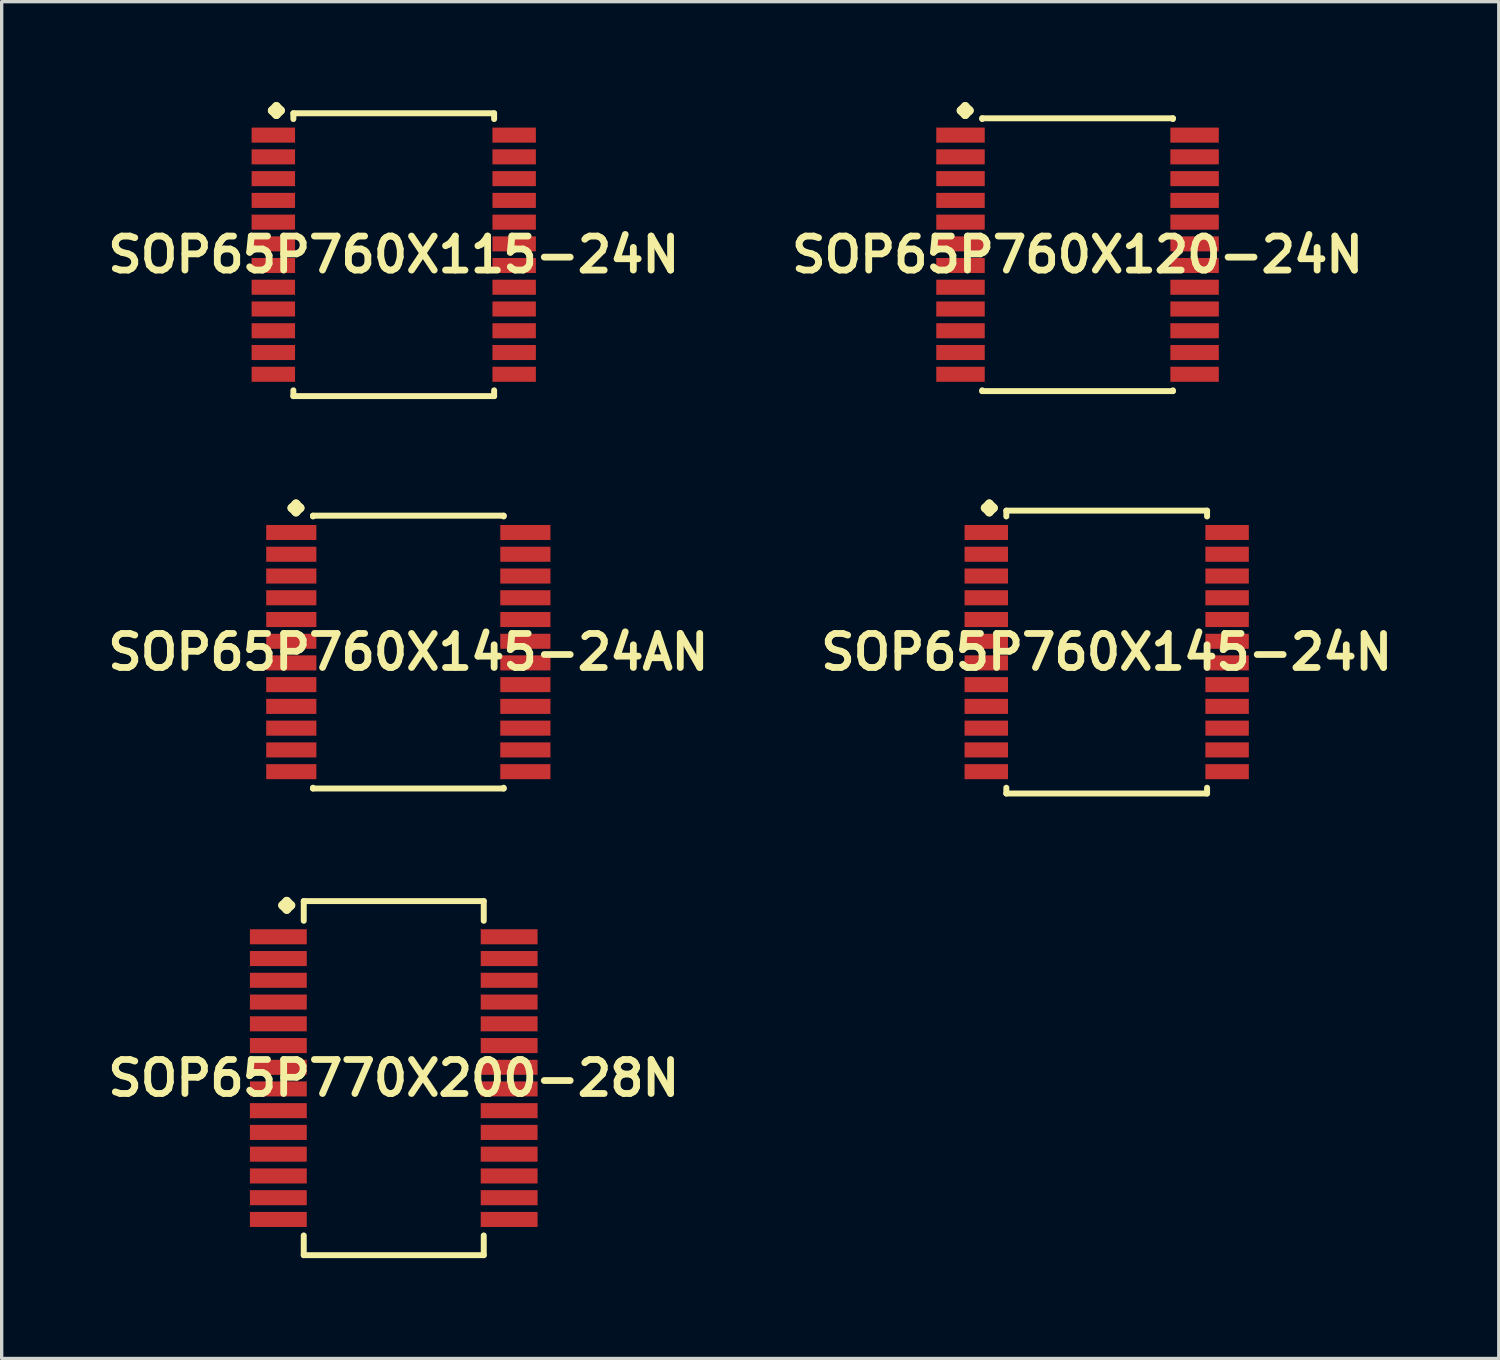
<source format=kicad_pcb>
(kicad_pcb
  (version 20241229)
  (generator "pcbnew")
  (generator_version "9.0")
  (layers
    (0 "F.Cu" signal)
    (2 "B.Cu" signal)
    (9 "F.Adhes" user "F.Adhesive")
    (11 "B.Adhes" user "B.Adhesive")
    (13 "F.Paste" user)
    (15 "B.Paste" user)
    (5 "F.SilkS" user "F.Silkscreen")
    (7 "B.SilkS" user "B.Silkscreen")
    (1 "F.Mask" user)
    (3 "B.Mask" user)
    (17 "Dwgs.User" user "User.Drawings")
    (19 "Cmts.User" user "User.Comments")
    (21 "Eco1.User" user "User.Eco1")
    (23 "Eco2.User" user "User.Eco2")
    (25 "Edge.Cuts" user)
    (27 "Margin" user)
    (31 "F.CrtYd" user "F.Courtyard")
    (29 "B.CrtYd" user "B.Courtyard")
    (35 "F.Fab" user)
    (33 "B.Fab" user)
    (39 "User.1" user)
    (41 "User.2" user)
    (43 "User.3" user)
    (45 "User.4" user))
  (footprint "SOP65P760X120-24N"
    (layer "F.Cu")
    (at 29.155 4.562)
    (property "Reference" "SOP65P760X120-24N" (at 0 0 0) (layer "F.SilkS") (effects (font (size 1.016 1.016) (thickness 0.203))))
    (attr smd)
    (fp_line (start -3.485 -4.308) (end -3.358 -4.435) (stroke (width 0.254) (type solid)) (layer "F.SilkS"))
    (fp_line (start -3.358 -4.435) (end -3.231 -4.308) (stroke (width 0.254) (type solid)) (layer "F.SilkS"))
    (fp_line (start -3.358 -4.181) (end -3.485 -4.308) (stroke (width 0.254) (type solid)) (layer "F.SilkS"))
    (fp_line (start -3.231 -4.308) (end -3.358 -4.181) (stroke (width 0.254) (type solid)) (layer "F.SilkS"))
    (fp_line (start -2.85 -4.077) (end 2.85 -4.077) (stroke (width 0.178) (type solid)) (layer "F.SilkS"))
    (fp_line (start -2.85 -4.054) (end -2.85 -4.077) (stroke (width 0.178) (type solid)) (layer "F.SilkS"))
    (fp_line (start -2.85 4.054) (end -2.85 4.077) (stroke (width 0.178) (type solid)) (layer "F.SilkS"))
    (fp_line (start -2.85 4.077) (end 2.85 4.077) (stroke (width 0.178) (type solid)) (layer "F.SilkS"))
    (fp_line (start 2.85 -4.077) (end 2.85 -4.054) (stroke (width 0.178) (type solid)) (layer "F.SilkS"))
    (fp_line (start 2.85 4.077) (end 2.85 4.054) (stroke (width 0.178) (type solid)) (layer "F.SilkS"))
    (pad "1" smd rect (at -3.498 -3.574) (size 1.448 0.45) (layers "F.Cu" "F.Mask" "F.Paste"))
    (pad "2" smd rect (at -3.498 -2.924) (size 1.448 0.45) (layers "F.Cu" "F.Mask" "F.Paste"))
    (pad "3" smd rect (at -3.498 -2.273) (size 1.448 0.45) (layers "F.Cu" "F.Mask" "F.Paste"))
    (pad "4" smd rect (at -3.498 -1.623) (size 1.448 0.45) (layers "F.Cu" "F.Mask" "F.Paste"))
    (pad "5" smd rect (at -3.498 -0.973) (size 1.448 0.45) (layers "F.Cu" "F.Mask" "F.Paste"))
    (pad "6" smd rect (at -3.498 -0.323) (size 1.448 0.45) (layers "F.Cu" "F.Mask" "F.Paste"))
    (pad "7" smd rect (at -3.498 0.323) (size 1.448 0.45) (layers "F.Cu" "F.Mask" "F.Paste"))
    (pad "8" smd rect (at -3.498 0.973) (size 1.448 0.45) (layers "F.Cu" "F.Mask" "F.Paste"))
    (pad "9" smd rect (at -3.498 1.623) (size 1.448 0.45) (layers "F.Cu" "F.Mask" "F.Paste"))
    (pad "10" smd rect (at -3.498 2.273) (size 1.448 0.45) (layers "F.Cu" "F.Mask" "F.Paste"))
    (pad "11" smd rect (at -3.498 2.924) (size 1.448 0.45) (layers "F.Cu" "F.Mask" "F.Paste"))
    (pad "12" smd rect (at -3.498 3.574) (size 1.448 0.45) (layers "F.Cu" "F.Mask" "F.Paste"))
    (pad "13" smd rect (at 3.498 3.574) (size 1.448 0.45) (layers "F.Cu" "F.Mask" "F.Paste"))
    (pad "14" smd rect (at 3.498 2.924) (size 1.448 0.45) (layers "F.Cu" "F.Mask" "F.Paste"))
    (pad "15" smd rect (at 3.498 2.273) (size 1.448 0.45) (layers "F.Cu" "F.Mask" "F.Paste"))
    (pad "16" smd rect (at 3.498 1.623) (size 1.448 0.45) (layers "F.Cu" "F.Mask" "F.Paste"))
    (pad "17" smd rect (at 3.498 0.973) (size 1.448 0.45) (layers "F.Cu" "F.Mask" "F.Paste"))
    (pad "18" smd rect (at 3.498 0.323) (size 1.448 0.45) (layers "F.Cu" "F.Mask" "F.Paste"))
    (pad "19" smd rect (at 3.498 -0.323) (size 1.448 0.45) (layers "F.Cu" "F.Mask" "F.Paste"))
    (pad "20" smd rect (at 3.498 -0.973) (size 1.448 0.45) (layers "F.Cu" "F.Mask" "F.Paste"))
    (pad "21" smd rect (at 3.498 -1.623) (size 1.448 0.45) (layers "F.Cu" "F.Mask" "F.Paste"))
    (pad "22" smd rect (at 3.498 -2.273) (size 1.448 0.45) (layers "F.Cu" "F.Mask" "F.Paste"))
    (pad "23" smd rect (at 3.498 -2.924) (size 1.448 0.45) (layers "F.Cu" "F.Mask" "F.Paste"))
    (pad "24" smd rect (at 3.498 -3.574) (size 1.448 0.45) (layers "F.Cu" "F.Mask" "F.Paste")))
  (footprint "SOP65P770X200-28N"
    (layer "F.Cu")
    (at 8.718 29.172)
    (property "Reference" "SOP65P770X200-28N" (at 0 0 0) (layer "F.SilkS") (effects (font (size 1.016 1.016) (thickness 0.203))))
    (attr smd)
    (fp_line (start -3.325 -5.164) (end -3.198 -5.291) (stroke (width 0.254) (type solid)) (layer "F.SilkS"))
    (fp_line (start -3.198 -5.291) (end -3.071 -5.164) (stroke (width 0.254) (type solid)) (layer "F.SilkS"))
    (fp_line (start -3.198 -5.037) (end -3.325 -5.164) (stroke (width 0.254) (type solid)) (layer "F.SilkS"))
    (fp_line (start -3.071 -5.164) (end -3.198 -5.037) (stroke (width 0.254) (type solid)) (layer "F.SilkS"))
    (fp_line (start -2.69 -5.291) (end 2.69 -5.291) (stroke (width 0.178) (type solid)) (layer "F.SilkS"))
    (fp_line (start -2.69 -4.702) (end -2.69 -5.291) (stroke (width 0.178) (type solid)) (layer "F.SilkS"))
    (fp_line (start -2.69 4.702) (end -2.69 5.291) (stroke (width 0.178) (type solid)) (layer "F.SilkS"))
    (fp_line (start -2.69 5.291) (end 2.69 5.291) (stroke (width 0.178) (type solid)) (layer "F.SilkS"))
    (fp_line (start 2.69 -5.291) (end 2.69 -4.702) (stroke (width 0.178) (type solid)) (layer "F.SilkS"))
    (fp_line (start 2.69 5.291) (end 2.69 4.702) (stroke (width 0.178) (type solid)) (layer "F.SilkS"))
    (pad "1" smd rect (at -3.449 -4.224) (size 1.699 0.45) (layers "F.Cu" "F.Mask" "F.Paste"))
    (pad "2" smd rect (at -3.449 -3.574) (size 1.699 0.45) (layers "F.Cu" "F.Mask" "F.Paste"))
    (pad "3" smd rect (at -3.449 -2.924) (size 1.699 0.45) (layers "F.Cu" "F.Mask" "F.Paste"))
    (pad "4" smd rect (at -3.449 -2.273) (size 1.699 0.45) (layers "F.Cu" "F.Mask" "F.Paste"))
    (pad "5" smd rect (at -3.449 -1.623) (size 1.699 0.45) (layers "F.Cu" "F.Mask" "F.Paste"))
    (pad "6" smd rect (at -3.449 -0.973) (size 1.699 0.45) (layers "F.Cu" "F.Mask" "F.Paste"))
    (pad "7" smd rect (at -3.449 -0.323) (size 1.699 0.45) (layers "F.Cu" "F.Mask" "F.Paste"))
    (pad "8" smd rect (at -3.449 0.323) (size 1.699 0.45) (layers "F.Cu" "F.Mask" "F.Paste"))
    (pad "9" smd rect (at -3.449 0.973) (size 1.699 0.45) (layers "F.Cu" "F.Mask" "F.Paste"))
    (pad "10" smd rect (at -3.449 1.623) (size 1.699 0.45) (layers "F.Cu" "F.Mask" "F.Paste"))
    (pad "11" smd rect (at -3.449 2.273) (size 1.699 0.45) (layers "F.Cu" "F.Mask" "F.Paste"))
    (pad "12" smd rect (at -3.449 2.924) (size 1.699 0.45) (layers "F.Cu" "F.Mask" "F.Paste"))
    (pad "13" smd rect (at -3.449 3.574) (size 1.699 0.45) (layers "F.Cu" "F.Mask" "F.Paste"))
    (pad "14" smd rect (at -3.449 4.224) (size 1.699 0.45) (layers "F.Cu" "F.Mask" "F.Paste"))
    (pad "15" smd rect (at 3.449 4.224) (size 1.699 0.45) (layers "F.Cu" "F.Mask" "F.Paste"))
    (pad "16" smd rect (at 3.449 3.574) (size 1.699 0.45) (layers "F.Cu" "F.Mask" "F.Paste"))
    (pad "17" smd rect (at 3.449 2.924) (size 1.699 0.45) (layers "F.Cu" "F.Mask" "F.Paste"))
    (pad "18" smd rect (at 3.449 2.273) (size 1.699 0.45) (layers "F.Cu" "F.Mask" "F.Paste"))
    (pad "19" smd rect (at 3.449 1.623) (size 1.699 0.45) (layers "F.Cu" "F.Mask" "F.Paste"))
    (pad "20" smd rect (at 3.449 0.973) (size 1.699 0.45) (layers "F.Cu" "F.Mask" "F.Paste"))
    (pad "21" smd rect (at 3.449 0.323) (size 1.699 0.45) (layers "F.Cu" "F.Mask" "F.Paste"))
    (pad "22" smd rect (at 3.449 -0.323) (size 1.699 0.45) (layers "F.Cu" "F.Mask" "F.Paste"))
    (pad "23" smd rect (at 3.449 -0.973) (size 1.699 0.45) (layers "F.Cu" "F.Mask" "F.Paste"))
    (pad "24" smd rect (at 3.449 -1.623) (size 1.699 0.45) (layers "F.Cu" "F.Mask" "F.Paste"))
    (pad "25" smd rect (at 3.449 -2.273) (size 1.699 0.45) (layers "F.Cu" "F.Mask" "F.Paste"))
    (pad "26" smd rect (at 3.449 -2.924) (size 1.699 0.45) (layers "F.Cu" "F.Mask" "F.Paste"))
    (pad "27" smd rect (at 3.449 -3.574) (size 1.699 0.45) (layers "F.Cu" "F.Mask" "F.Paste"))
    (pad "28" smd rect (at 3.449 -4.224) (size 1.699 0.45) (layers "F.Cu" "F.Mask" "F.Paste")))
  (footprint "SOP65P760X145-24AN"
    (layer "F.Cu")
    (at 9.154 16.439)
    (property "Reference" "SOP65P760X145-24AN" (at 0 0 0) (layer "F.SilkS") (effects (font (size 1.016 1.016) (thickness 0.203))))
    (attr smd)
    (fp_line (start -3.485 -4.308) (end -3.358 -4.435) (stroke (width 0.254) (type solid)) (layer "F.SilkS"))
    (fp_line (start -3.358 -4.435) (end -3.231 -4.308) (stroke (width 0.254) (type solid)) (layer "F.SilkS"))
    (fp_line (start -3.358 -4.181) (end -3.485 -4.308) (stroke (width 0.254) (type solid)) (layer "F.SilkS"))
    (fp_line (start -3.231 -4.308) (end -3.358 -4.181) (stroke (width 0.254) (type solid)) (layer "F.SilkS"))
    (fp_line (start -2.85 -4.077) (end 2.85 -4.077) (stroke (width 0.178) (type solid)) (layer "F.SilkS"))
    (fp_line (start -2.85 -4.054) (end -2.85 -4.077) (stroke (width 0.178) (type solid)) (layer "F.SilkS"))
    (fp_line (start -2.85 4.054) (end -2.85 4.077) (stroke (width 0.178) (type solid)) (layer "F.SilkS"))
    (fp_line (start -2.85 4.077) (end 2.85 4.077) (stroke (width 0.178) (type solid)) (layer "F.SilkS"))
    (fp_line (start 2.85 -4.077) (end 2.85 -4.054) (stroke (width 0.178) (type solid)) (layer "F.SilkS"))
    (fp_line (start 2.85 4.077) (end 2.85 4.054) (stroke (width 0.178) (type solid)) (layer "F.SilkS"))
    (pad "1" smd rect (at -3.498 -3.574) (size 1.499 0.45) (layers "F.Cu" "F.Mask" "F.Paste"))
    (pad "2" smd rect (at -3.498 -2.924) (size 1.499 0.45) (layers "F.Cu" "F.Mask" "F.Paste"))
    (pad "3" smd rect (at -3.498 -2.273) (size 1.499 0.45) (layers "F.Cu" "F.Mask" "F.Paste"))
    (pad "4" smd rect (at -3.498 -1.623) (size 1.499 0.45) (layers "F.Cu" "F.Mask" "F.Paste"))
    (pad "5" smd rect (at -3.498 -0.973) (size 1.499 0.45) (layers "F.Cu" "F.Mask" "F.Paste"))
    (pad "6" smd rect (at -3.498 -0.323) (size 1.499 0.45) (layers "F.Cu" "F.Mask" "F.Paste"))
    (pad "7" smd rect (at -3.498 0.323) (size 1.499 0.45) (layers "F.Cu" "F.Mask" "F.Paste"))
    (pad "8" smd rect (at -3.498 0.973) (size 1.499 0.45) (layers "F.Cu" "F.Mask" "F.Paste"))
    (pad "9" smd rect (at -3.498 1.623) (size 1.499 0.45) (layers "F.Cu" "F.Mask" "F.Paste"))
    (pad "10" smd rect (at -3.498 2.273) (size 1.499 0.45) (layers "F.Cu" "F.Mask" "F.Paste"))
    (pad "11" smd rect (at -3.498 2.924) (size 1.499 0.45) (layers "F.Cu" "F.Mask" "F.Paste"))
    (pad "12" smd rect (at -3.498 3.574) (size 1.499 0.45) (layers "F.Cu" "F.Mask" "F.Paste"))
    (pad "13" smd rect (at 3.498 3.574) (size 1.499 0.45) (layers "F.Cu" "F.Mask" "F.Paste"))
    (pad "14" smd rect (at 3.498 2.924) (size 1.499 0.45) (layers "F.Cu" "F.Mask" "F.Paste"))
    (pad "15" smd rect (at 3.498 2.273) (size 1.499 0.45) (layers "F.Cu" "F.Mask" "F.Paste"))
    (pad "16" smd rect (at 3.498 1.623) (size 1.499 0.45) (layers "F.Cu" "F.Mask" "F.Paste"))
    (pad "17" smd rect (at 3.498 0.973) (size 1.499 0.45) (layers "F.Cu" "F.Mask" "F.Paste"))
    (pad "18" smd rect (at 3.498 0.323) (size 1.499 0.45) (layers "F.Cu" "F.Mask" "F.Paste"))
    (pad "19" smd rect (at 3.498 -0.323) (size 1.499 0.45) (layers "F.Cu" "F.Mask" "F.Paste"))
    (pad "20" smd rect (at 3.498 -0.973) (size 1.499 0.45) (layers "F.Cu" "F.Mask" "F.Paste"))
    (pad "21" smd rect (at 3.498 -1.623) (size 1.499 0.45) (layers "F.Cu" "F.Mask" "F.Paste"))
    (pad "22" smd rect (at 3.498 -2.273) (size 1.499 0.45) (layers "F.Cu" "F.Mask" "F.Paste"))
    (pad "23" smd rect (at 3.498 -2.924) (size 1.499 0.45) (layers "F.Cu" "F.Mask" "F.Paste"))
    (pad "24" smd rect (at 3.498 -3.574) (size 1.499 0.45) (layers "F.Cu" "F.Mask" "F.Paste")))
  (footprint "SOP65P760X115-24N"
    (layer "F.Cu")
    (at 8.718 4.562)
    (property "Reference" "SOP65P760X115-24N" (at 0 0 0) (layer "F.SilkS") (effects (font (size 1.016 1.016) (thickness 0.203))))
    (attr smd)
    (fp_line (start -3.635 -4.308) (end -3.508 -4.435) (stroke (width 0.254) (type solid)) (layer "F.SilkS"))
    (fp_line (start -3.508 -4.435) (end -3.381 -4.308) (stroke (width 0.254) (type solid)) (layer "F.SilkS"))
    (fp_line (start -3.508 -4.181) (end -3.635 -4.308) (stroke (width 0.254) (type solid)) (layer "F.SilkS"))
    (fp_line (start -3.381 -4.308) (end -3.508 -4.181) (stroke (width 0.254) (type solid)) (layer "F.SilkS"))
    (fp_line (start -3 -4.227) (end 3 -4.227) (stroke (width 0.178) (type solid)) (layer "F.SilkS"))
    (fp_line (start -3 -4.054) (end -3 -4.227) (stroke (width 0.178) (type solid)) (layer "F.SilkS"))
    (fp_line (start -3 4.054) (end -3 4.227) (stroke (width 0.178) (type solid)) (layer "F.SilkS"))
    (fp_line (start -3 4.227) (end 3 4.227) (stroke (width 0.178) (type solid)) (layer "F.SilkS"))
    (fp_line (start 3 -4.227) (end 3 -4.054) (stroke (width 0.178) (type solid)) (layer "F.SilkS"))
    (fp_line (start 3 4.227) (end 3 4.054) (stroke (width 0.178) (type solid)) (layer "F.SilkS"))
    (pad "1" smd rect (at -3.599 -3.574) (size 1.298 0.45) (layers "F.Cu" "F.Mask" "F.Paste"))
    (pad "2" smd rect (at -3.599 -2.924) (size 1.298 0.45) (layers "F.Cu" "F.Mask" "F.Paste"))
    (pad "3" smd rect (at -3.599 -2.273) (size 1.298 0.45) (layers "F.Cu" "F.Mask" "F.Paste"))
    (pad "4" smd rect (at -3.599 -1.623) (size 1.298 0.45) (layers "F.Cu" "F.Mask" "F.Paste"))
    (pad "5" smd rect (at -3.599 -0.973) (size 1.298 0.45) (layers "F.Cu" "F.Mask" "F.Paste"))
    (pad "6" smd rect (at -3.599 -0.323) (size 1.298 0.45) (layers "F.Cu" "F.Mask" "F.Paste"))
    (pad "7" smd rect (at -3.599 0.323) (size 1.298 0.45) (layers "F.Cu" "F.Mask" "F.Paste"))
    (pad "8" smd rect (at -3.599 0.973) (size 1.298 0.45) (layers "F.Cu" "F.Mask" "F.Paste"))
    (pad "9" smd rect (at -3.599 1.623) (size 1.298 0.45) (layers "F.Cu" "F.Mask" "F.Paste"))
    (pad "10" smd rect (at -3.599 2.273) (size 1.298 0.45) (layers "F.Cu" "F.Mask" "F.Paste"))
    (pad "11" smd rect (at -3.599 2.924) (size 1.298 0.45) (layers "F.Cu" "F.Mask" "F.Paste"))
    (pad "12" smd rect (at -3.599 3.574) (size 1.298 0.45) (layers "F.Cu" "F.Mask" "F.Paste"))
    (pad "13" smd rect (at 3.599 3.574) (size 1.298 0.45) (layers "F.Cu" "F.Mask" "F.Paste"))
    (pad "14" smd rect (at 3.599 2.924) (size 1.298 0.45) (layers "F.Cu" "F.Mask" "F.Paste"))
    (pad "15" smd rect (at 3.599 2.273) (size 1.298 0.45) (layers "F.Cu" "F.Mask" "F.Paste"))
    (pad "16" smd rect (at 3.599 1.623) (size 1.298 0.45) (layers "F.Cu" "F.Mask" "F.Paste"))
    (pad "17" smd rect (at 3.599 0.973) (size 1.298 0.45) (layers "F.Cu" "F.Mask" "F.Paste"))
    (pad "18" smd rect (at 3.599 0.323) (size 1.298 0.45) (layers "F.Cu" "F.Mask" "F.Paste"))
    (pad "19" smd rect (at 3.599 -0.323) (size 1.298 0.45) (layers "F.Cu" "F.Mask" "F.Paste"))
    (pad "20" smd rect (at 3.599 -0.973) (size 1.298 0.45) (layers "F.Cu" "F.Mask" "F.Paste"))
    (pad "21" smd rect (at 3.599 -1.623) (size 1.298 0.45) (layers "F.Cu" "F.Mask" "F.Paste"))
    (pad "22" smd rect (at 3.599 -2.273) (size 1.298 0.45) (layers "F.Cu" "F.Mask" "F.Paste"))
    (pad "23" smd rect (at 3.599 -2.924) (size 1.298 0.45) (layers "F.Cu" "F.Mask" "F.Paste"))
    (pad "24" smd rect (at 3.599 -3.574) (size 1.298 0.45) (layers "F.Cu" "F.Mask" "F.Paste")))
  (footprint "SOP65P760X145-24N"
    (layer "F.Cu")
    (at 30.026 16.439)
    (property "Reference" "SOP65P760X145-24N" (at 0 0 0) (layer "F.SilkS") (effects (font (size 1.016 1.016) (thickness 0.203))))
    (attr smd)
    (fp_line (start -3.635 -4.308) (end -3.508 -4.435) (stroke (width 0.254) (type solid)) (layer "F.SilkS"))
    (fp_line (start -3.508 -4.435) (end -3.381 -4.308) (stroke (width 0.254) (type solid)) (layer "F.SilkS"))
    (fp_line (start -3.508 -4.181) (end -3.635 -4.308) (stroke (width 0.254) (type solid)) (layer "F.SilkS"))
    (fp_line (start -3.381 -4.308) (end -3.508 -4.181) (stroke (width 0.254) (type solid)) (layer "F.SilkS"))
    (fp_line (start -3 -4.227) (end 3 -4.227) (stroke (width 0.178) (type solid)) (layer "F.SilkS"))
    (fp_line (start -3 -4.054) (end -3 -4.227) (stroke (width 0.178) (type solid)) (layer "F.SilkS"))
    (fp_line (start -3 4.054) (end -3 4.227) (stroke (width 0.178) (type solid)) (layer "F.SilkS"))
    (fp_line (start -3 4.227) (end 3 4.227) (stroke (width 0.178) (type solid)) (layer "F.SilkS"))
    (fp_line (start 3 -4.227) (end 3 -4.054) (stroke (width 0.178) (type solid)) (layer "F.SilkS"))
    (fp_line (start 3 4.227) (end 3 4.054) (stroke (width 0.178) (type solid)) (layer "F.SilkS"))
    (pad "1" smd rect (at -3.599 -3.574) (size 1.298 0.45) (layers "F.Cu" "F.Mask" "F.Paste"))
    (pad "2" smd rect (at -3.599 -2.924) (size 1.298 0.45) (layers "F.Cu" "F.Mask" "F.Paste"))
    (pad "3" smd rect (at -3.599 -2.273) (size 1.298 0.45) (layers "F.Cu" "F.Mask" "F.Paste"))
    (pad "4" smd rect (at -3.599 -1.623) (size 1.298 0.45) (layers "F.Cu" "F.Mask" "F.Paste"))
    (pad "5" smd rect (at -3.599 -0.973) (size 1.298 0.45) (layers "F.Cu" "F.Mask" "F.Paste"))
    (pad "6" smd rect (at -3.599 -0.323) (size 1.298 0.45) (layers "F.Cu" "F.Mask" "F.Paste"))
    (pad "7" smd rect (at -3.599 0.323) (size 1.298 0.45) (layers "F.Cu" "F.Mask" "F.Paste"))
    (pad "8" smd rect (at -3.599 0.973) (size 1.298 0.45) (layers "F.Cu" "F.Mask" "F.Paste"))
    (pad "9" smd rect (at -3.599 1.623) (size 1.298 0.45) (layers "F.Cu" "F.Mask" "F.Paste"))
    (pad "10" smd rect (at -3.599 2.273) (size 1.298 0.45) (layers "F.Cu" "F.Mask" "F.Paste"))
    (pad "11" smd rect (at -3.599 2.924) (size 1.298 0.45) (layers "F.Cu" "F.Mask" "F.Paste"))
    (pad "12" smd rect (at -3.599 3.574) (size 1.298 0.45) (layers "F.Cu" "F.Mask" "F.Paste"))
    (pad "13" smd rect (at 3.599 3.574) (size 1.298 0.45) (layers "F.Cu" "F.Mask" "F.Paste"))
    (pad "14" smd rect (at 3.599 2.924) (size 1.298 0.45) (layers "F.Cu" "F.Mask" "F.Paste"))
    (pad "15" smd rect (at 3.599 2.273) (size 1.298 0.45) (layers "F.Cu" "F.Mask" "F.Paste"))
    (pad "16" smd rect (at 3.599 1.623) (size 1.298 0.45) (layers "F.Cu" "F.Mask" "F.Paste"))
    (pad "17" smd rect (at 3.599 0.973) (size 1.298 0.45) (layers "F.Cu" "F.Mask" "F.Paste"))
    (pad "18" smd rect (at 3.599 0.323) (size 1.298 0.45) (layers "F.Cu" "F.Mask" "F.Paste"))
    (pad "19" smd rect (at 3.599 -0.323) (size 1.298 0.45) (layers "F.Cu" "F.Mask" "F.Paste"))
    (pad "20" smd rect (at 3.599 -0.973) (size 1.298 0.45) (layers "F.Cu" "F.Mask" "F.Paste"))
    (pad "21" smd rect (at 3.599 -1.623) (size 1.298 0.45) (layers "F.Cu" "F.Mask" "F.Paste"))
    (pad "22" smd rect (at 3.599 -2.273) (size 1.298 0.45) (layers "F.Cu" "F.Mask" "F.Paste"))
    (pad "23" smd rect (at 3.599 -2.924) (size 1.298 0.45) (layers "F.Cu" "F.Mask" "F.Paste"))
    (pad "24" smd rect (at 3.599 -3.574) (size 1.298 0.45) (layers "F.Cu" "F.Mask" "F.Paste")))
  (gr_rect
    (start -3 -3)
    (end 41.744 37.552)
    (stroke (width 0.1) (type default))
    (fill no)
    (layer "Edge.Cuts")))
</source>
